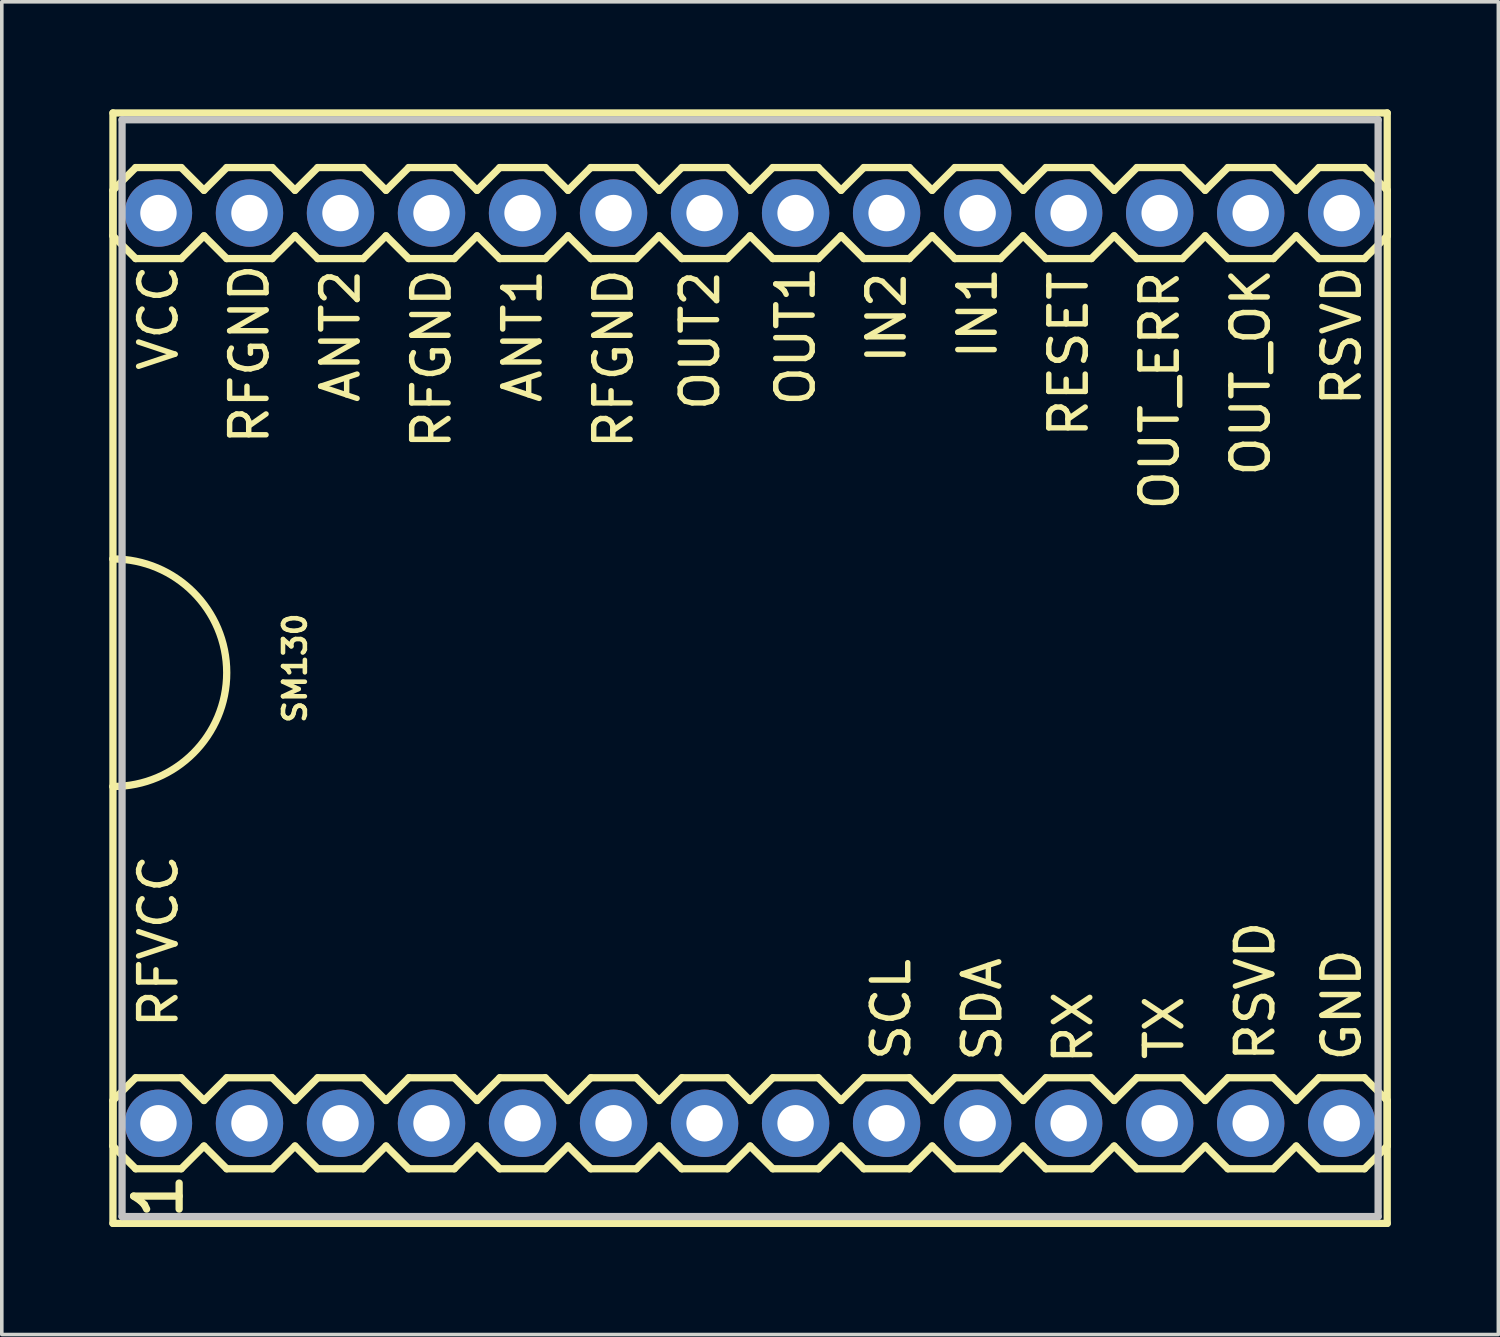
<source format=kicad_pcb>
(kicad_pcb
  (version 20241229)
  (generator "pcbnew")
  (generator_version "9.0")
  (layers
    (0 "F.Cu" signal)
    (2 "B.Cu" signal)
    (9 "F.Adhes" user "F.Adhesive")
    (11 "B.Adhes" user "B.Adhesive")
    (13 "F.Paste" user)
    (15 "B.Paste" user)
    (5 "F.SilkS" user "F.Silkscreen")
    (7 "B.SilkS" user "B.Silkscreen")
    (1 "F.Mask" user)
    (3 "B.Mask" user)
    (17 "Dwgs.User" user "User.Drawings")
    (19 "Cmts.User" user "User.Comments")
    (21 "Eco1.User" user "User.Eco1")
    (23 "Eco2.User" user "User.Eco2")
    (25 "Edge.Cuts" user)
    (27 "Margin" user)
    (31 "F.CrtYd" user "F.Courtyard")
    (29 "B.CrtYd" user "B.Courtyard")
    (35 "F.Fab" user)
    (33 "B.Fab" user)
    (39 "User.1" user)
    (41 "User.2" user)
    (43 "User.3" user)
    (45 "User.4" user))
  (footprint "SM130"
    (layer "F.Cu")
    (at 19.152 15.596)
    (property "Reference" "SM130" (at -13.97 0 90) (layer "F.SilkS") (effects (font (size 0.61 0.61) (thickness 0.127))))
    (attr exclude_from_pos_files exclude_from_bom)
    (fp_line (start -19.05 -15.494) (end 16.51 -15.494) (stroke (width 0.203) (type solid)) (layer "F.SilkS"))
    (fp_line (start -19.05 -13.335) (end -18.415 -13.97) (stroke (width 0.203) (type solid)) (layer "F.SilkS"))
    (fp_line (start -19.05 -12.065) (end -19.05 -13.335) (stroke (width 0.203) (type solid)) (layer "F.SilkS"))
    (fp_line (start -19.05 -3.048) (end -19.05 -15.494) (stroke (width 0.203) (type solid)) (layer "F.SilkS"))
    (fp_line (start -19.05 3.302) (end -19.05 -3.048) (stroke (width 0.203) (type solid)) (layer "F.SilkS"))
    (fp_line (start -19.05 12.065) (end -19.05 13.335) (stroke (width 0.203) (type solid)) (layer "F.SilkS"))
    (fp_line (start -19.05 13.335) (end -18.415 13.97) (stroke (width 0.203) (type solid)) (layer "F.SilkS"))
    (fp_line (start -19.05 15.494) (end -19.05 3.302) (stroke (width 0.203) (type solid)) (layer "F.SilkS"))
    (fp_line (start -18.415 -13.97) (end -17.145 -13.97) (stroke (width 0.203) (type solid)) (layer "F.SilkS"))
    (fp_line (start -18.415 -11.43) (end -19.05 -12.065) (stroke (width 0.203) (type solid)) (layer "F.SilkS"))
    (fp_line (start -18.415 11.43) (end -19.05 12.065) (stroke (width 0.203) (type solid)) (layer "F.SilkS"))
    (fp_line (start -18.415 11.43) (end -17.145 11.43) (stroke (width 0.203) (type solid)) (layer "F.SilkS"))
    (fp_line (start -17.145 -11.43) (end -18.415 -11.43) (stroke (width 0.203) (type solid)) (layer "F.SilkS"))
    (fp_line (start -17.145 -11.43) (end -16.51 -12.065) (stroke (width 0.203) (type solid)) (layer "F.SilkS"))
    (fp_line (start -17.145 11.43) (end -16.51 12.065) (stroke (width 0.203) (type solid)) (layer "F.SilkS"))
    (fp_line (start -17.145 13.97) (end -18.415 13.97) (stroke (width 0.203) (type solid)) (layer "F.SilkS"))
    (fp_line (start -16.51 -13.335) (end -17.145 -13.97) (stroke (width 0.203) (type solid)) (layer "F.SilkS"))
    (fp_line (start -16.51 -13.335) (end -15.875 -13.97) (stroke (width 0.203) (type solid)) (layer "F.SilkS"))
    (fp_line (start -16.51 12.065) (end -15.875 11.43) (stroke (width 0.203) (type solid)) (layer "F.SilkS"))
    (fp_line (start -16.51 13.335) (end -17.145 13.97) (stroke (width 0.203) (type solid)) (layer "F.SilkS"))
    (fp_line (start -15.875 -13.97) (end -14.605 -13.97) (stroke (width 0.203) (type solid)) (layer "F.SilkS"))
    (fp_line (start -15.875 -11.43) (end -16.51 -12.065) (stroke (width 0.203) (type solid)) (layer "F.SilkS"))
    (fp_line (start -15.875 11.43) (end -14.605 11.43) (stroke (width 0.203) (type solid)) (layer "F.SilkS"))
    (fp_line (start -15.875 13.97) (end -16.51 13.335) (stroke (width 0.203) (type solid)) (layer "F.SilkS"))
    (fp_line (start -14.605 -11.43) (end -15.875 -11.43) (stroke (width 0.203) (type solid)) (layer "F.SilkS"))
    (fp_line (start -14.605 -11.43) (end -13.97 -12.065) (stroke (width 0.203) (type solid)) (layer "F.SilkS"))
    (fp_line (start -14.605 11.43) (end -13.97 12.065) (stroke (width 0.203) (type solid)) (layer "F.SilkS"))
    (fp_line (start -14.605 13.97) (end -15.875 13.97) (stroke (width 0.203) (type solid)) (layer "F.SilkS"))
    (fp_line (start -13.97 -13.335) (end -14.605 -13.97) (stroke (width 0.203) (type solid)) (layer "F.SilkS"))
    (fp_line (start -13.97 -13.335) (end -13.335 -13.97) (stroke (width 0.203) (type solid)) (layer "F.SilkS"))
    (fp_line (start -13.97 12.065) (end -13.335 11.43) (stroke (width 0.203) (type solid)) (layer "F.SilkS"))
    (fp_line (start -13.97 13.335) (end -14.605 13.97) (stroke (width 0.203) (type solid)) (layer "F.SilkS"))
    (fp_line (start -13.335 -13.97) (end -12.065 -13.97) (stroke (width 0.203) (type solid)) (layer "F.SilkS"))
    (fp_line (start -13.335 -11.43) (end -13.97 -12.065) (stroke (width 0.203) (type solid)) (layer "F.SilkS"))
    (fp_line (start -13.335 11.43) (end -12.065 11.43) (stroke (width 0.203) (type solid)) (layer "F.SilkS"))
    (fp_line (start -13.335 13.97) (end -13.97 13.335) (stroke (width 0.203) (type solid)) (layer "F.SilkS"))
    (fp_line (start -12.065 -13.97) (end -11.43 -13.335) (stroke (width 0.203) (type solid)) (layer "F.SilkS"))
    (fp_line (start -12.065 -11.43) (end -13.335 -11.43) (stroke (width 0.203) (type solid)) (layer "F.SilkS"))
    (fp_line (start -12.065 11.43) (end -11.43 12.065) (stroke (width 0.203) (type solid)) (layer "F.SilkS"))
    (fp_line (start -12.065 13.97) (end -13.335 13.97) (stroke (width 0.203) (type solid)) (layer "F.SilkS"))
    (fp_line (start -11.43 -13.335) (end -10.795 -13.97) (stroke (width 0.203) (type solid)) (layer "F.SilkS"))
    (fp_line (start -11.43 -12.065) (end -12.065 -11.43) (stroke (width 0.203) (type solid)) (layer "F.SilkS"))
    (fp_line (start -11.43 13.335) (end -12.065 13.97) (stroke (width 0.203) (type solid)) (layer "F.SilkS"))
    (fp_line (start -11.43 13.335) (end -10.795 13.97) (stroke (width 0.203) (type solid)) (layer "F.SilkS"))
    (fp_line (start -10.795 -13.97) (end -9.525 -13.97) (stroke (width 0.203) (type solid)) (layer "F.SilkS"))
    (fp_line (start -10.795 -11.43) (end -11.43 -12.065) (stroke (width 0.203) (type solid)) (layer "F.SilkS"))
    (fp_line (start -10.795 11.43) (end -11.43 12.065) (stroke (width 0.203) (type solid)) (layer "F.SilkS"))
    (fp_line (start -10.795 11.43) (end -9.525 11.43) (stroke (width 0.203) (type solid)) (layer "F.SilkS"))
    (fp_line (start -9.525 -13.97) (end -8.89 -13.335) (stroke (width 0.203) (type solid)) (layer "F.SilkS"))
    (fp_line (start -9.525 -11.43) (end -10.795 -11.43) (stroke (width 0.203) (type solid)) (layer "F.SilkS"))
    (fp_line (start -9.525 11.43) (end -8.89 12.065) (stroke (width 0.203) (type solid)) (layer "F.SilkS"))
    (fp_line (start -9.525 13.97) (end -10.795 13.97) (stroke (width 0.203) (type solid)) (layer "F.SilkS"))
    (fp_line (start -8.89 -13.335) (end -8.255 -13.97) (stroke (width 0.203) (type solid)) (layer "F.SilkS"))
    (fp_line (start -8.89 -12.065) (end -9.525 -11.43) (stroke (width 0.203) (type solid)) (layer "F.SilkS"))
    (fp_line (start -8.89 12.065) (end -8.255 11.43) (stroke (width 0.203) (type solid)) (layer "F.SilkS"))
    (fp_line (start -8.89 13.335) (end -9.525 13.97) (stroke (width 0.203) (type solid)) (layer "F.SilkS"))
    (fp_line (start -8.255 -13.97) (end -6.985 -13.97) (stroke (width 0.203) (type solid)) (layer "F.SilkS"))
    (fp_line (start -8.255 -11.43) (end -8.89 -12.065) (stroke (width 0.203) (type solid)) (layer "F.SilkS"))
    (fp_line (start -8.255 11.43) (end -6.985 11.43) (stroke (width 0.203) (type solid)) (layer "F.SilkS"))
    (fp_line (start -8.255 13.97) (end -8.89 13.335) (stroke (width 0.203) (type solid)) (layer "F.SilkS"))
    (fp_line (start -6.985 -11.43) (end -8.255 -11.43) (stroke (width 0.203) (type solid)) (layer "F.SilkS"))
    (fp_line (start -6.985 -11.43) (end -6.35 -12.065) (stroke (width 0.203) (type solid)) (layer "F.SilkS"))
    (fp_line (start -6.985 11.43) (end -6.35 12.065) (stroke (width 0.203) (type solid)) (layer "F.SilkS"))
    (fp_line (start -6.985 13.97) (end -8.255 13.97) (stroke (width 0.203) (type solid)) (layer "F.SilkS"))
    (fp_line (start -6.35 -13.335) (end -6.985 -13.97) (stroke (width 0.203) (type solid)) (layer "F.SilkS"))
    (fp_line (start -6.35 -13.335) (end -5.715 -13.97) (stroke (width 0.203) (type solid)) (layer "F.SilkS"))
    (fp_line (start -6.35 12.065) (end -5.715 11.43) (stroke (width 0.203) (type solid)) (layer "F.SilkS"))
    (fp_line (start -6.35 13.335) (end -6.985 13.97) (stroke (width 0.203) (type solid)) (layer "F.SilkS"))
    (fp_line (start -5.715 -13.97) (end -4.445 -13.97) (stroke (width 0.203) (type solid)) (layer "F.SilkS"))
    (fp_line (start -5.715 -11.43) (end -6.35 -12.065) (stroke (width 0.203) (type solid)) (layer "F.SilkS"))
    (fp_line (start -5.715 11.43) (end -4.445 11.43) (stroke (width 0.203) (type solid)) (layer "F.SilkS"))
    (fp_line (start -5.715 13.97) (end -6.35 13.335) (stroke (width 0.203) (type solid)) (layer "F.SilkS"))
    (fp_line (start -4.445 -13.97) (end -3.81 -13.335) (stroke (width 0.203) (type solid)) (layer "F.SilkS"))
    (fp_line (start -4.445 -11.43) (end -5.715 -11.43) (stroke (width 0.203) (type solid)) (layer "F.SilkS"))
    (fp_line (start -4.445 11.43) (end -3.81 12.065) (stroke (width 0.203) (type solid)) (layer "F.SilkS"))
    (fp_line (start -4.445 13.97) (end -5.715 13.97) (stroke (width 0.203) (type solid)) (layer "F.SilkS"))
    (fp_line (start -3.81 -13.335) (end -3.175 -13.97) (stroke (width 0.203) (type solid)) (layer "F.SilkS"))
    (fp_line (start -3.81 -12.065) (end -4.445 -11.43) (stroke (width 0.203) (type solid)) (layer "F.SilkS"))
    (fp_line (start -3.81 13.335) (end -4.445 13.97) (stroke (width 0.203) (type solid)) (layer "F.SilkS"))
    (fp_line (start -3.81 13.335) (end -3.175 13.97) (stroke (width 0.203) (type solid)) (layer "F.SilkS"))
    (fp_line (start -3.175 -13.97) (end -1.905 -13.97) (stroke (width 0.203) (type solid)) (layer "F.SilkS"))
    (fp_line (start -3.175 -11.43) (end -3.81 -12.065) (stroke (width 0.203) (type solid)) (layer "F.SilkS"))
    (fp_line (start -3.175 11.43) (end -3.81 12.065) (stroke (width 0.203) (type solid)) (layer "F.SilkS"))
    (fp_line (start -3.175 11.43) (end -1.905 11.43) (stroke (width 0.203) (type solid)) (layer "F.SilkS"))
    (fp_line (start -1.905 -13.97) (end -1.27 -13.335) (stroke (width 0.203) (type solid)) (layer "F.SilkS"))
    (fp_line (start -1.905 -11.43) (end -3.175 -11.43) (stroke (width 0.203) (type solid)) (layer "F.SilkS"))
    (fp_line (start -1.905 11.43) (end -1.27 12.065) (stroke (width 0.203) (type solid)) (layer "F.SilkS"))
    (fp_line (start -1.905 13.97) (end -3.175 13.97) (stroke (width 0.203) (type solid)) (layer "F.SilkS"))
    (fp_line (start -1.27 -13.335) (end -0.635 -13.97) (stroke (width 0.203) (type solid)) (layer "F.SilkS"))
    (fp_line (start -1.27 -12.065) (end -1.905 -11.43) (stroke (width 0.203) (type solid)) (layer "F.SilkS"))
    (fp_line (start -1.27 13.335) (end -1.905 13.97) (stroke (width 0.203) (type solid)) (layer "F.SilkS"))
    (fp_line (start -1.27 13.335) (end -0.635 13.97) (stroke (width 0.203) (type solid)) (layer "F.SilkS"))
    (fp_line (start -0.635 -13.97) (end 0.635 -13.97) (stroke (width 0.203) (type solid)) (layer "F.SilkS"))
    (fp_line (start -0.635 -11.43) (end -1.27 -12.065) (stroke (width 0.203) (type solid)) (layer "F.SilkS"))
    (fp_line (start -0.635 11.43) (end -1.27 12.065) (stroke (width 0.203) (type solid)) (layer "F.SilkS"))
    (fp_line (start -0.635 11.43) (end 0.635 11.43) (stroke (width 0.203) (type solid)) (layer "F.SilkS"))
    (fp_line (start 0.635 -11.43) (end -0.635 -11.43) (stroke (width 0.203) (type solid)) (layer "F.SilkS"))
    (fp_line (start 0.635 -11.43) (end 1.27 -12.065) (stroke (width 0.203) (type solid)) (layer "F.SilkS"))
    (fp_line (start 0.635 11.43) (end 1.27 12.065) (stroke (width 0.203) (type solid)) (layer "F.SilkS"))
    (fp_line (start 0.635 13.97) (end -0.635 13.97) (stroke (width 0.203) (type solid)) (layer "F.SilkS"))
    (fp_line (start 1.27 -13.335) (end 0.635 -13.97) (stroke (width 0.203) (type solid)) (layer "F.SilkS"))
    (fp_line (start 1.27 -13.335) (end 1.905 -13.97) (stroke (width 0.203) (type solid)) (layer "F.SilkS"))
    (fp_line (start 1.27 12.065) (end 1.905 11.43) (stroke (width 0.203) (type solid)) (layer "F.SilkS"))
    (fp_line (start 1.27 13.335) (end 0.635 13.97) (stroke (width 0.203) (type solid)) (layer "F.SilkS"))
    (fp_line (start 1.905 -13.97) (end 3.175 -13.97) (stroke (width 0.203) (type solid)) (layer "F.SilkS"))
    (fp_line (start 1.905 -11.43) (end 1.27 -12.065) (stroke (width 0.203) (type solid)) (layer "F.SilkS"))
    (fp_line (start 1.905 11.43) (end 3.175 11.43) (stroke (width 0.203) (type solid)) (layer "F.SilkS"))
    (fp_line (start 1.905 13.97) (end 1.27 13.335) (stroke (width 0.203) (type solid)) (layer "F.SilkS"))
    (fp_line (start 3.175 -11.43) (end 1.905 -11.43) (stroke (width 0.203) (type solid)) (layer "F.SilkS"))
    (fp_line (start 3.175 -11.43) (end 3.81 -12.065) (stroke (width 0.203) (type solid)) (layer "F.SilkS"))
    (fp_line (start 3.175 11.43) (end 3.81 12.065) (stroke (width 0.203) (type solid)) (layer "F.SilkS"))
    (fp_line (start 3.175 13.97) (end 1.905 13.97) (stroke (width 0.203) (type solid)) (layer "F.SilkS"))
    (fp_line (start 3.81 -13.335) (end 3.175 -13.97) (stroke (width 0.203) (type solid)) (layer "F.SilkS"))
    (fp_line (start 3.81 -13.335) (end 4.445 -13.97) (stroke (width 0.203) (type solid)) (layer "F.SilkS"))
    (fp_line (start 3.81 12.065) (end 4.445 11.43) (stroke (width 0.203) (type solid)) (layer "F.SilkS"))
    (fp_line (start 3.81 13.335) (end 3.175 13.97) (stroke (width 0.203) (type solid)) (layer "F.SilkS"))
    (fp_line (start 4.445 -13.97) (end 5.715 -13.97) (stroke (width 0.203) (type solid)) (layer "F.SilkS"))
    (fp_line (start 4.445 -11.43) (end 3.81 -12.065) (stroke (width 0.203) (type solid)) (layer "F.SilkS"))
    (fp_line (start 4.445 11.43) (end 5.715 11.43) (stroke (width 0.203) (type solid)) (layer "F.SilkS"))
    (fp_line (start 4.445 13.97) (end 3.81 13.335) (stroke (width 0.203) (type solid)) (layer "F.SilkS"))
    (fp_line (start 5.715 -13.97) (end 6.35 -13.335) (stroke (width 0.203) (type solid)) (layer "F.SilkS"))
    (fp_line (start 5.715 -11.43) (end 4.445 -11.43) (stroke (width 0.203) (type solid)) (layer "F.SilkS"))
    (fp_line (start 5.715 11.43) (end 6.35 12.065) (stroke (width 0.203) (type solid)) (layer "F.SilkS"))
    (fp_line (start 5.715 13.97) (end 4.445 13.97) (stroke (width 0.203) (type solid)) (layer "F.SilkS"))
    (fp_line (start 6.35 -13.335) (end 6.985 -13.97) (stroke (width 0.203) (type solid)) (layer "F.SilkS"))
    (fp_line (start 6.35 -12.065) (end 5.715 -11.43) (stroke (width 0.203) (type solid)) (layer "F.SilkS"))
    (fp_line (start 6.35 13.335) (end 5.715 13.97) (stroke (width 0.203) (type solid)) (layer "F.SilkS"))
    (fp_line (start 6.35 13.335) (end 6.985 13.97) (stroke (width 0.203) (type solid)) (layer "F.SilkS"))
    (fp_line (start 6.985 -13.97) (end 8.255 -13.97) (stroke (width 0.203) (type solid)) (layer "F.SilkS"))
    (fp_line (start 6.985 -11.43) (end 6.35 -12.065) (stroke (width 0.203) (type solid)) (layer "F.SilkS"))
    (fp_line (start 6.985 11.43) (end 6.35 12.065) (stroke (width 0.203) (type solid)) (layer "F.SilkS"))
    (fp_line (start 6.985 11.43) (end 8.255 11.43) (stroke (width 0.203) (type solid)) (layer "F.SilkS"))
    (fp_line (start 8.255 -13.97) (end 8.89 -13.335) (stroke (width 0.203) (type solid)) (layer "F.SilkS"))
    (fp_line (start 8.255 -11.43) (end 6.985 -11.43) (stroke (width 0.203) (type solid)) (layer "F.SilkS"))
    (fp_line (start 8.255 11.43) (end 8.89 12.065) (stroke (width 0.203) (type solid)) (layer "F.SilkS"))
    (fp_line (start 8.255 13.97) (end 6.985 13.97) (stroke (width 0.203) (type solid)) (layer "F.SilkS"))
    (fp_line (start 8.89 -13.335) (end 9.525 -13.97) (stroke (width 0.203) (type solid)) (layer "F.SilkS"))
    (fp_line (start 8.89 -12.065) (end 8.255 -11.43) (stroke (width 0.203) (type solid)) (layer "F.SilkS"))
    (fp_line (start 8.89 12.065) (end 9.525 11.43) (stroke (width 0.203) (type solid)) (layer "F.SilkS"))
    (fp_line (start 8.89 13.335) (end 8.255 13.97) (stroke (width 0.203) (type solid)) (layer "F.SilkS"))
    (fp_line (start 9.525 -13.97) (end 10.795 -13.97) (stroke (width 0.203) (type solid)) (layer "F.SilkS"))
    (fp_line (start 9.525 -11.43) (end 8.89 -12.065) (stroke (width 0.203) (type solid)) (layer "F.SilkS"))
    (fp_line (start 9.525 11.43) (end 10.795 11.43) (stroke (width 0.203) (type solid)) (layer "F.SilkS"))
    (fp_line (start 9.525 13.97) (end 8.89 13.335) (stroke (width 0.203) (type solid)) (layer "F.SilkS"))
    (fp_line (start 10.795 -11.43) (end 9.525 -11.43) (stroke (width 0.203) (type solid)) (layer "F.SilkS"))
    (fp_line (start 10.795 -11.43) (end 11.43 -12.065) (stroke (width 0.203) (type solid)) (layer "F.SilkS"))
    (fp_line (start 10.795 11.43) (end 11.43 12.065) (stroke (width 0.203) (type solid)) (layer "F.SilkS"))
    (fp_line (start 10.795 13.97) (end 9.525 13.97) (stroke (width 0.203) (type solid)) (layer "F.SilkS"))
    (fp_line (start 11.43 -13.335) (end 10.795 -13.97) (stroke (width 0.203) (type solid)) (layer "F.SilkS"))
    (fp_line (start 11.43 -13.335) (end 12.065 -13.97) (stroke (width 0.203) (type solid)) (layer "F.SilkS"))
    (fp_line (start 11.43 12.065) (end 12.065 11.43) (stroke (width 0.203) (type solid)) (layer "F.SilkS"))
    (fp_line (start 11.43 13.335) (end 10.795 13.97) (stroke (width 0.203) (type solid)) (layer "F.SilkS"))
    (fp_line (start 12.065 -13.97) (end 13.335 -13.97) (stroke (width 0.203) (type solid)) (layer "F.SilkS"))
    (fp_line (start 12.065 -11.43) (end 11.43 -12.065) (stroke (width 0.203) (type solid)) (layer "F.SilkS"))
    (fp_line (start 12.065 11.43) (end 13.335 11.43) (stroke (width 0.203) (type solid)) (layer "F.SilkS"))
    (fp_line (start 12.065 13.97) (end 11.43 13.335) (stroke (width 0.203) (type solid)) (layer "F.SilkS"))
    (fp_line (start 13.335 -13.97) (end 13.97 -13.335) (stroke (width 0.203) (type solid)) (layer "F.SilkS"))
    (fp_line (start 13.335 -11.43) (end 12.065 -11.43) (stroke (width 0.203) (type solid)) (layer "F.SilkS"))
    (fp_line (start 13.335 11.43) (end 13.97 12.065) (stroke (width 0.203) (type solid)) (layer "F.SilkS"))
    (fp_line (start 13.335 13.97) (end 12.065 13.97) (stroke (width 0.203) (type solid)) (layer "F.SilkS"))
    (fp_line (start 13.97 -13.335) (end 14.605 -13.97) (stroke (width 0.203) (type solid)) (layer "F.SilkS"))
    (fp_line (start 13.97 -12.065) (end 13.335 -11.43) (stroke (width 0.203) (type solid)) (layer "F.SilkS"))
    (fp_line (start 13.97 13.335) (end 13.335 13.97) (stroke (width 0.203) (type solid)) (layer "F.SilkS"))
    (fp_line (start 13.97 13.335) (end 14.605 13.97) (stroke (width 0.203) (type solid)) (layer "F.SilkS"))
    (fp_line (start 14.605 -13.97) (end 15.875 -13.97) (stroke (width 0.203) (type solid)) (layer "F.SilkS"))
    (fp_line (start 14.605 -11.43) (end 13.97 -12.065) (stroke (width 0.203) (type solid)) (layer "F.SilkS"))
    (fp_line (start 14.605 11.43) (end 13.97 12.065) (stroke (width 0.203) (type solid)) (layer "F.SilkS"))
    (fp_line (start 14.605 11.43) (end 15.875 11.43) (stroke (width 0.203) (type solid)) (layer "F.SilkS"))
    (fp_line (start 15.875 -13.97) (end 16.51 -13.335) (stroke (width 0.203) (type solid)) (layer "F.SilkS"))
    (fp_line (start 15.875 -11.43) (end 14.605 -11.43) (stroke (width 0.203) (type solid)) (layer "F.SilkS"))
    (fp_line (start 15.875 11.43) (end 16.51 12.065) (stroke (width 0.203) (type solid)) (layer "F.SilkS"))
    (fp_line (start 15.875 13.97) (end 14.605 13.97) (stroke (width 0.203) (type solid)) (layer "F.SilkS"))
    (fp_line (start 16.51 -15.494) (end 16.51 15.494) (stroke (width 0.203) (type solid)) (layer "F.SilkS"))
    (fp_line (start 16.51 -12.065) (end 15.875 -11.43) (stroke (width 0.203) (type solid)) (layer "F.SilkS"))
    (fp_line (start 16.51 -12.065) (end 16.51 -13.335) (stroke (width 0.203) (type solid)) (layer "F.SilkS"))
    (fp_line (start 16.51 13.335) (end 15.875 13.97) (stroke (width 0.203) (type solid)) (layer "F.SilkS"))
    (fp_line (start 16.51 13.335) (end 16.51 12.065) (stroke (width 0.203) (type solid)) (layer "F.SilkS"))
    (fp_line (start 16.51 15.494) (end -19.05 15.494) (stroke (width 0.203) (type solid)) (layer "F.SilkS"))
    (fp_arc (start -19.05 -3.048) (mid -15.875 0.127) (end -19.05 3.302) (stroke (width 0.2032) (type solid)) (layer "F.SilkS"))
    (fp_line (start -18.796 -15.303) (end -18.796 15.303) (stroke (width 0.203) (type solid)) (layer "Dwgs.User"))
    (fp_line (start -18.796 15.303) (end 16.256 15.303) (stroke (width 0.203) (type solid)) (layer "Dwgs.User"))
    (fp_line (start 16.256 -15.303) (end -18.796 -15.303) (stroke (width 0.203) (type solid)) (layer "Dwgs.User"))
    (fp_line (start 16.256 15.303) (end 16.256 -15.303) (stroke (width 0.203) (type solid)) (layer "Dwgs.User"))
    (fp_text user "RFVCC" (at -17.78 7.62 90) (layer "F.SilkS") (effects (font (size 1.016 1.016) (thickness 0.152))))
    (fp_text user "RSVD" (at 12.827 9.017 90) (layer "F.SilkS") (effects (font (size 1.016 1.016) (thickness 0.152))))
    (fp_text user "TX" (at 10.287 10.033 90) (layer "F.SilkS") (effects (font (size 1.016 1.016) (thickness 0.152))))
    (fp_text user "OUT2" (at -2.667 -9.144 90) (layer "F.SilkS") (effects (font (size 1.016 1.016) (thickness 0.152))))
    (fp_text user "IN1" (at 5.08 -9.906 90) (layer "F.SilkS") (effects (font (size 1.016 1.016) (thickness 0.152))))
    (fp_text user "OUT_OK" (at 12.7 -8.255 90) (layer "F.SilkS") (effects (font (size 1.016 1.016) (thickness 0.152))))
    (fp_text user "VCC" (at -17.78 -9.779 90) (layer "F.SilkS") (effects (font (size 1.016 1.016) (thickness 0.152))))
    (fp_text user "RSVD" (at 15.24 -9.271 90) (layer "F.SilkS") (effects (font (size 1.016 1.016) (thickness 0.152))))
    (fp_text user "SCL" (at 2.667 9.525 90) (layer "F.SilkS") (effects (font (size 1.016 1.016) (thickness 0.152))))
    (fp_text user "1" (at -17.78 14.732 90) (layer "F.SilkS") (effects (font (size 1.27 1.27) (thickness 0.203))))
    (fp_text user "RX" (at 7.747 10.033 90) (layer "F.SilkS") (effects (font (size 1.016 1.016) (thickness 0.152))))
    (fp_text user "GND" (at 15.24 9.398 90) (layer "F.SilkS") (effects (font (size 1.016 1.016) (thickness 0.152))))
    (fp_text user "RFGND" (at -5.08 -8.636 90) (layer "F.SilkS") (effects (font (size 1.016 1.016) (thickness 0.152))))
    (fp_text user "OUT_ERR" (at 10.16 -7.747 90) (layer "F.SilkS") (effects (font (size 1.016 1.016) (thickness 0.152))))
    (fp_text user "ANT2" (at -12.7 -9.271 90) (layer "F.SilkS") (effects (font (size 1.016 1.016) (thickness 0.152))))
    (fp_text user "RFGND" (at -15.24 -8.763 90) (layer "F.SilkS") (effects (font (size 1.016 1.016) (thickness 0.152))))
    (fp_text user "RESET" (at 7.62 -8.763 90) (layer "F.SilkS") (effects (font (size 1.016 1.016) (thickness 0.152))))
    (fp_text user "ANT1" (at -7.62 -9.271 90) (layer "F.SilkS") (effects (font (size 1.016 1.016) (thickness 0.152))))
    (fp_text user "IN2" (at 2.54 -9.779 90) (layer "F.SilkS") (effects (font (size 1.016 1.016) (thickness 0.152))))
    (fp_text user "OUT1" (at 0 -9.271 90) (layer "F.SilkS") (effects (font (size 1.016 1.016) (thickness 0.152))))
    (fp_text user "SDA" (at 5.207 9.525 90) (layer "F.SilkS") (effects (font (size 1.016 1.016) (thickness 0.152))))
    (fp_text user "RFGND" (at -10.16 -8.636 90) (layer "F.SilkS") (effects (font (size 1.016 1.016) (thickness 0.152))))
    (pad "1" thru_hole circle (at -17.78 12.7) (size 1.88 1.88) (drill 1.016) (layers "*.Cu" "*.Mask"))
    (pad "2" thru_hole circle (at -15.24 12.7) (size 1.88 1.88) (drill 1.016) (layers "*.Cu" "*.Mask"))
    (pad "3" thru_hole circle (at -12.7 12.7) (size 1.88 1.88) (drill 1.016) (layers "*.Cu" "*.Mask"))
    (pad "4" thru_hole circle (at -10.16 12.7) (size 1.88 1.88) (drill 1.016) (layers "*.Cu" "*.Mask"))
    (pad "5" thru_hole circle (at -7.62 12.7) (size 1.88 1.88) (drill 1.016) (layers "*.Cu" "*.Mask"))
    (pad "6" thru_hole circle (at -5.08 12.7) (size 1.88 1.88) (drill 1.016) (layers "*.Cu" "*.Mask"))
    (pad "7" thru_hole circle (at -2.54 12.7) (size 1.88 1.88) (drill 1.016) (layers "*.Cu" "*.Mask"))
    (pad "8" thru_hole circle (at 0 12.7) (size 1.88 1.88) (drill 1.016) (layers "*.Cu" "*.Mask"))
    (pad "9" thru_hole circle (at 2.54 12.7) (size 1.88 1.88) (drill 1.016) (layers "*.Cu" "*.Mask"))
    (pad "10" thru_hole circle (at 5.08 12.7) (size 1.88 1.88) (drill 1.016) (layers "*.Cu" "*.Mask"))
    (pad "11" thru_hole circle (at 7.62 12.7) (size 1.88 1.88) (drill 1.016) (layers "*.Cu" "*.Mask"))
    (pad "12" thru_hole circle (at 10.16 12.7) (size 1.88 1.88) (drill 1.016) (layers "*.Cu" "*.Mask"))
    (pad "13" thru_hole circle (at 12.7 12.7) (size 1.88 1.88) (drill 1.016) (layers "*.Cu" "*.Mask"))
    (pad "14" thru_hole circle (at 15.24 12.7) (size 1.88 1.88) (drill 1.016) (layers "*.Cu" "*.Mask"))
    (pad "15" thru_hole circle (at 15.24 -12.7) (size 1.88 1.88) (drill 1.016) (layers "*.Cu" "*.Mask"))
    (pad "16" thru_hole circle (at 12.7 -12.7) (size 1.88 1.88) (drill 1.016) (layers "*.Cu" "*.Mask"))
    (pad "17" thru_hole circle (at 10.16 -12.7) (size 1.88 1.88) (drill 1.016) (layers "*.Cu" "*.Mask"))
    (pad "18" thru_hole circle (at 7.62 -12.7) (size 1.88 1.88) (drill 1.016) (layers "*.Cu" "*.Mask"))
    (pad "19" thru_hole circle (at 5.08 -12.7) (size 1.88 1.88) (drill 1.016) (layers "*.Cu" "*.Mask"))
    (pad "20" thru_hole circle (at 2.54 -12.7) (size 1.88 1.88) (drill 1.016) (layers "*.Cu" "*.Mask"))
    (pad "21" thru_hole circle (at 0 -12.7) (size 1.88 1.88) (drill 1.016) (layers "*.Cu" "*.Mask"))
    (pad "22" thru_hole circle (at -2.54 -12.7) (size 1.88 1.88) (drill 1.016) (layers "*.Cu" "*.Mask"))
    (pad "23" thru_hole circle (at -5.08 -12.7) (size 1.88 1.88) (drill 1.016) (layers "*.Cu" "*.Mask"))
    (pad "24" thru_hole circle (at -7.62 -12.7) (size 1.88 1.88) (drill 1.016) (layers "*.Cu" "*.Mask"))
    (pad "25" thru_hole circle (at -10.16 -12.7) (size 1.88 1.88) (drill 1.016) (layers "*.Cu" "*.Mask"))
    (pad "26" thru_hole circle (at -12.7 -12.7) (size 1.88 1.88) (drill 1.016) (layers "*.Cu" "*.Mask"))
    (pad "27" thru_hole circle (at -15.24 -12.7) (size 1.88 1.88) (drill 1.016) (layers "*.Cu" "*.Mask"))
    (pad "28" thru_hole circle (at -17.78 -12.7) (size 1.88 1.88) (drill 1.016) (layers "*.Cu" "*.Mask")))
  (gr_rect
    (start -3 -3)
    (end 38.763 34.191)
    (stroke (width 0.1) (type default))
    (fill no)
    (layer "Edge.Cuts")))
</source>
